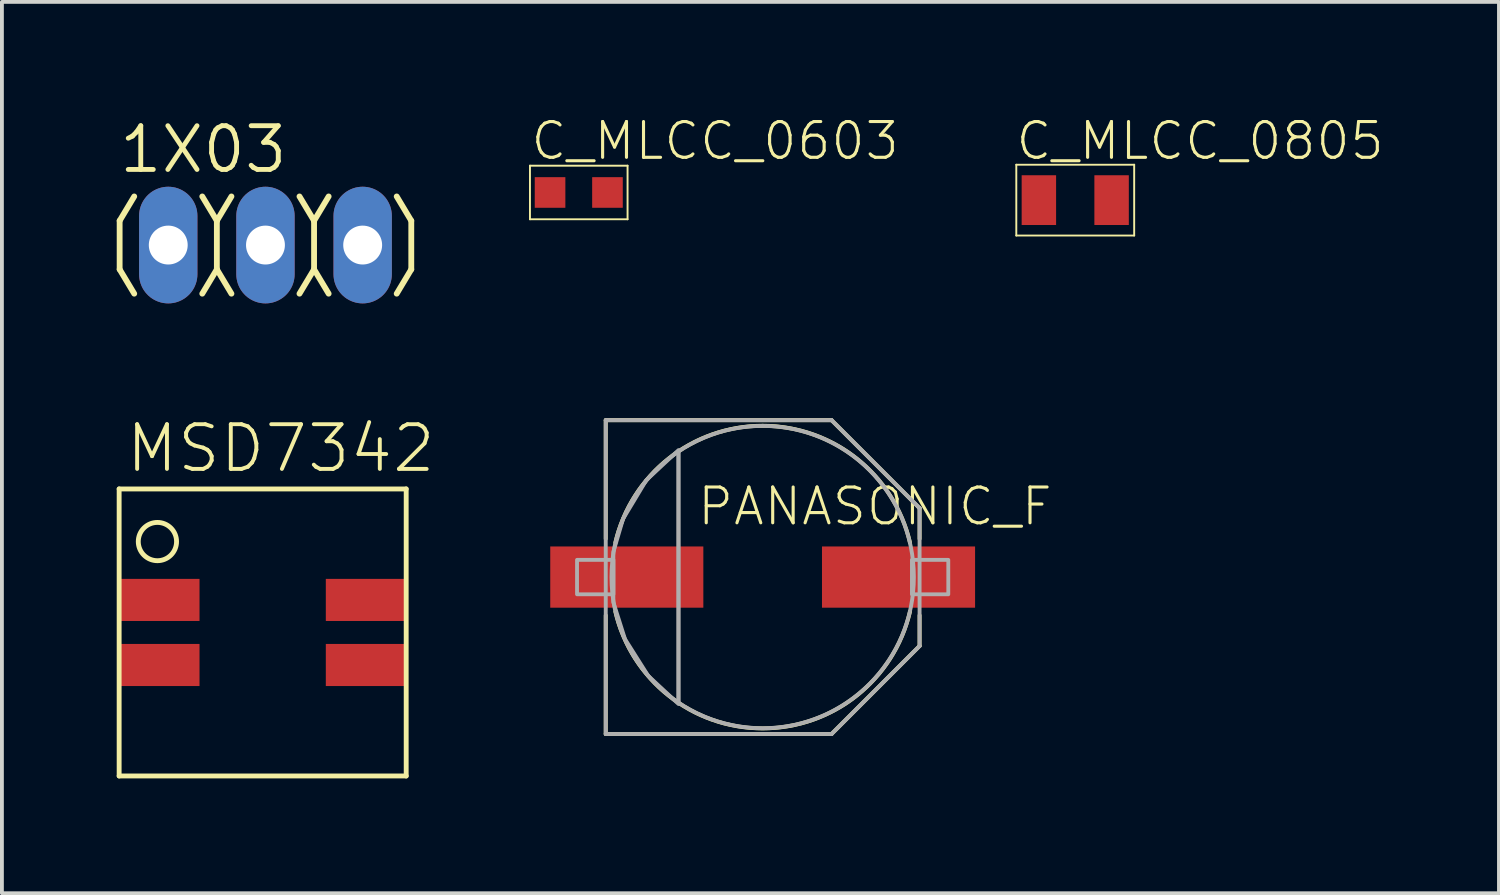
<source format=kicad_pcb>
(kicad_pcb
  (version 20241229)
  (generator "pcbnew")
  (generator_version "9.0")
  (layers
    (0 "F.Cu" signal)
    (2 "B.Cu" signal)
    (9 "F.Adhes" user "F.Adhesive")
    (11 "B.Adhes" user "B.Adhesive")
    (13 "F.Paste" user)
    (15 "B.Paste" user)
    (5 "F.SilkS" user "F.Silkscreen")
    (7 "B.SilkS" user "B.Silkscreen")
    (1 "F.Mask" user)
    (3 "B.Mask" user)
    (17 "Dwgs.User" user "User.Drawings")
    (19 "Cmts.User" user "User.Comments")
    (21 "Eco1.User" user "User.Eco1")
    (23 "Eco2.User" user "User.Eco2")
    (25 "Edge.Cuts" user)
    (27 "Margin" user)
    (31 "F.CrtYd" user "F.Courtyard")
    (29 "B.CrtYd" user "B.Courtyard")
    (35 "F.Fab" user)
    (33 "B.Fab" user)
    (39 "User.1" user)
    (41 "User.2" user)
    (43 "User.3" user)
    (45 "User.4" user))
  (footprint "1X03"
    (layer "F.Cu")
    (at 3.886 3.353)
    (property "Reference" "1X03" (at -3.886 -1.829 0) (layer "F.SilkS") (effects (font (size 1.143 1.143) (thickness 0.127)) (justify left bottom)))
    (fp_line (start -3.81 -0.635) (end -3.81 0.635) (stroke (width 0.152) (type solid)) (layer "F.SilkS"))
    (fp_line (start -3.81 0.635) (end -3.429 1.27) (stroke (width 0.152) (type solid)) (layer "F.SilkS"))
    (fp_line (start -3.429 -1.27) (end -3.81 -0.635) (stroke (width 0.152) (type solid)) (layer "F.SilkS"))
    (fp_line (start -1.651 -1.27) (end -1.27 -0.635) (stroke (width 0.152) (type solid)) (layer "F.SilkS"))
    (fp_line (start -1.27 -0.635) (end -1.27 0.635) (stroke (width 0.152) (type solid)) (layer "F.SilkS"))
    (fp_line (start -1.27 -0.635) (end -0.889 -1.27) (stroke (width 0.152) (type solid)) (layer "F.SilkS"))
    (fp_line (start -1.27 0.635) (end -1.651 1.27) (stroke (width 0.152) (type solid)) (layer "F.SilkS"))
    (fp_line (start -0.889 1.27) (end -1.27 0.635) (stroke (width 0.152) (type solid)) (layer "F.SilkS"))
    (fp_line (start 0.889 -1.27) (end 1.27 -0.635) (stroke (width 0.152) (type solid)) (layer "F.SilkS"))
    (fp_line (start 1.27 -0.635) (end 1.27 0.635) (stroke (width 0.152) (type solid)) (layer "F.SilkS"))
    (fp_line (start 1.27 -0.635) (end 1.651 -1.27) (stroke (width 0.152) (type solid)) (layer "F.SilkS"))
    (fp_line (start 1.27 0.635) (end 0.889 1.27) (stroke (width 0.152) (type solid)) (layer "F.SilkS"))
    (fp_line (start 1.651 1.27) (end 1.27 0.635) (stroke (width 0.152) (type solid)) (layer "F.SilkS"))
    (fp_line (start 3.429 -1.27) (end 3.81 -0.635) (stroke (width 0.152) (type solid)) (layer "F.SilkS"))
    (fp_line (start 3.81 -0.635) (end 3.81 0.635) (stroke (width 0.152) (type solid)) (layer "F.SilkS"))
    (fp_line (start 3.81 0.635) (end 3.429 1.27) (stroke (width 0.152) (type solid)) (layer "F.SilkS"))
    (fp_poly (pts (xy -2.794 0.254) (xy -2.286 0.254) (xy -2.286 -0.254) (xy -2.794 -0.254)) (stroke (width 0.1) (type solid)) (fill no) (layer "F.Fab"))
    (fp_poly (pts (xy -0.254 0.254) (xy 0.254 0.254) (xy 0.254 -0.254) (xy -0.254 -0.254)) (stroke (width 0.1) (type solid)) (fill no) (layer "F.Fab"))
    (fp_poly (pts (xy 2.286 0.254) (xy 2.794 0.254) (xy 2.794 -0.254) (xy 2.286 -0.254)) (stroke (width 0.1) (type solid)) (fill no) (layer "F.Fab"))
    (pad "1" thru_hole oval (at -2.54 0 90) (size 3.048 1.524) (drill 1.016) (layers "*.Cu" "*.Mask"))
    (pad "2" thru_hole oval (at 0 0 90) (size 3.048 1.524) (drill 1.016) (layers "*.Cu" "*.Mask"))
    (pad "3" thru_hole oval (at 2.54 0 90) (size 3.048 1.524) (drill 1.016) (layers "*.Cu" "*.Mask")))
  (footprint "C_MLCC_0603"
    (layer "F.Cu")
    (at 12.072 1.979)
    (property "Reference" "C_MLCC_0603" (at -1.3 -0.8 0) (layer "F.SilkS") (effects (font (size 0.935 0.935) (thickness 0.081)) (justify left bottom)))
    (fp_line (start -1.275 -0.7) (end -1.275 0.7) (stroke (width 0.05) (type solid)) (layer "F.SilkS"))
    (fp_line (start -1.275 0.7) (end 1.275 0.7) (stroke (width 0.05) (type solid)) (layer "F.SilkS"))
    (fp_line (start 1.275 -0.7) (end -1.275 -0.7) (stroke (width 0.05) (type solid)) (layer "F.SilkS"))
    (fp_line (start 1.275 0.7) (end 1.275 -0.7) (stroke (width 0.05) (type solid)) (layer "F.SilkS"))
    (pad "P$1" smd rect (at -0.75 0) (size 0.8 0.8) (layers "F.Cu" "F.Mask" "F.Paste"))
    (pad "P$2" smd rect (at 0.75 0) (size 0.8 0.8) (layers "F.Cu" "F.Mask" "F.Paste")))
  (footprint "C_MLCC_0805"
    (layer "F.Cu")
    (at 25.044 2.179)
    (property "Reference" "C_MLCC_0805" (at -1.6 -1 0) (layer "F.SilkS") (effects (font (size 0.935 0.935) (thickness 0.081)) (justify left bottom)))
    (fp_line (start -1.54 -0.925) (end 1.54 -0.925) (stroke (width 0.05) (type solid)) (layer "F.SilkS"))
    (fp_line (start -1.54 0.925) (end -1.54 -0.925) (stroke (width 0.05) (type solid)) (layer "F.SilkS"))
    (fp_line (start 1.54 -0.925) (end 1.54 0.925) (stroke (width 0.05) (type solid)) (layer "F.SilkS"))
    (fp_line (start 1.54 0.925) (end -1.54 0.925) (stroke (width 0.05) (type solid)) (layer "F.SilkS"))
    (pad "P$1" smd rect (at -0.95 0) (size 0.9 1.3) (layers "F.Cu" "F.Mask" "F.Paste"))
    (pad "P$2" smd rect (at 0.95 0) (size 0.9 1.3) (layers "F.Cu" "F.Mask" "F.Paste")))
  (footprint "PANASONIC_F"
    (layer "F.Cu")
    (at 16.877 12.028)
    (property "Reference" "PANASONIC_F" (at -1.75 -1.3 0) (layer "F.SilkS") (effects (font (size 0.935 0.935) (thickness 0.081)) (justify left bottom)))
    (fp_line (start -4.1 -4.1) (end 1.8 -4.1) (stroke (width 0.102) (type solid)) (layer "F.SilkS"))
    (fp_line (start -4.1 -1) (end -4.1 -4.1) (stroke (width 0.102) (type solid)) (layer "F.SilkS"))
    (fp_line (start -4.1 4.1) (end -4.1 1) (stroke (width 0.102) (type solid)) (layer "F.SilkS"))
    (fp_line (start 1.8 -4.1) (end 4.1 -1.8) (stroke (width 0.102) (type solid)) (layer "F.SilkS"))
    (fp_line (start 1.8 4.1) (end -4.1 4.1) (stroke (width 0.102) (type solid)) (layer "F.SilkS"))
    (fp_line (start 4.1 -1.8) (end 4.1 -1) (stroke (width 0.102) (type solid)) (layer "F.SilkS"))
    (fp_line (start 4.1 1) (end 4.1 1.8) (stroke (width 0.102) (type solid)) (layer "F.SilkS"))
    (fp_line (start 4.1 1.8) (end 1.8 4.1) (stroke (width 0.102) (type solid)) (layer "F.SilkS"))
    (fp_arc (start -3.85 -0.9) (mid 0 -3.953796) (end 3.85 -0.9) (stroke (width 0.1016) (type solid)) (layer "F.SilkS"))
    (fp_arc (start 3.85 0.9) (mid 0 3.953796) (end -3.85 0.9) (stroke (width 0.1016) (type solid)) (layer "F.SilkS"))
    (fp_line (start -4.1 -4.1) (end 1.8 -4.1) (stroke (width 0.102) (type solid)) (layer "F.Fab"))
    (fp_line (start -4.1 4.1) (end -4.1 -4.1) (stroke (width 0.102) (type solid)) (layer "F.Fab"))
    (fp_line (start -2.2 -3.25) (end -2.2 3.25) (stroke (width 0.102) (type solid)) (layer "F.Fab"))
    (fp_line (start 1.8 -4.1) (end 4.1 -1.8) (stroke (width 0.102) (type solid)) (layer "F.Fab"))
    (fp_line (start 1.8 4.1) (end -4.1 4.1) (stroke (width 0.102) (type solid)) (layer "F.Fab"))
    (fp_line (start 4.1 -1.8) (end 4.1 1.8) (stroke (width 0.102) (type solid)) (layer "F.Fab"))
    (fp_line (start 4.1 1.8) (end 1.8 4.1) (stroke (width 0.102) (type solid)) (layer "F.Fab"))
    (fp_circle (center 0 0) (end 3.95 0) (stroke (width 0.102) (type solid)) (fill no) (layer "F.Fab"))
    (fp_circle (center 0 0) (end 4 0) (stroke (width 0.001) (type solid)) (fill no) (layer "F.Fab"))
    (fp_poly (pts (xy -4.85 0.45) (xy -3.9 0.45) (xy -3.9 -0.45) (xy -4.85 -0.45)) (stroke (width 0.1) (type solid)) (fill no) (layer "F.Fab"))
    (fp_poly (pts (xy 3.9 0.45) (xy 4.85 0.45) (xy 4.85 -0.45) (xy 3.9 -0.45)) (stroke (width 0.1) (type solid)) (fill no) (layer "F.Fab"))
    (fp_poly (pts (xy -2.199 3.316) (xy -2.989 2.583) (xy -3.596 1.622) (xy -3.901 0.658) (xy -3.901 -0.657) (xy -3.647 -1.521) (xy -3.04 -2.532) (xy -2.199 -3.317)) (stroke (width 0.1) (type solid)) (fill no) (layer "F.Fab"))
    (pad "+" smd rect (at 3.55 0) (size 4 1.6) (layers "F.Cu" "F.Mask" "F.Paste"))
    (pad "-" smd rect (at -3.55 0) (size 4 1.6) (layers "F.Cu" "F.Mask" "F.Paste")))
  (footprint "MSD7342"
    (layer "F.Cu")
    (at 3.813 13.475)
    (property "Reference" "MSD7342" (at -3.625 -4.125 0) (layer "F.SilkS") (effects (font (size 1.168 1.168) (thickness 0.102)) (justify left bottom)))
    (fp_line (start -3.75 -3.75) (end 3.75 -3.75) (stroke (width 0.127) (type solid)) (layer "F.SilkS"))
    (fp_line (start -3.75 3.75) (end -3.75 -3.75) (stroke (width 0.127) (type solid)) (layer "F.SilkS"))
    (fp_line (start 3.75 -3.75) (end 3.75 3.75) (stroke (width 0.127) (type solid)) (layer "F.SilkS"))
    (fp_line (start 3.75 3.75) (end -3.75 3.75) (stroke (width 0.127) (type solid)) (layer "F.SilkS"))
    (fp_circle (center -2.75 -2.375) (end -2.25 -2.375) (stroke (width 0.127) (type solid)) (fill no) (layer "F.SilkS"))
    (pad "1" smd rect (at -2.7 -0.85) (size 2.1 1.1) (layers "F.Cu" "F.Mask" "F.Paste"))
    (pad "2" smd rect (at -2.7 0.85) (size 2.1 1.1) (layers "F.Cu" "F.Mask" "F.Paste"))
    (pad "3" smd rect (at 2.7 0.85) (size 2.1 1.1) (layers "F.Cu" "F.Mask" "F.Paste"))
    (pad "4" smd rect (at 2.7 -0.85) (size 2.1 1.1) (layers "F.Cu" "F.Mask" "F.Paste")))
  (gr_rect
    (start -3 -3)
    (end 36.115 20.288)
    (stroke (width 0.1) (type default))
    (fill no)
    (layer "Edge.Cuts")))
</source>
